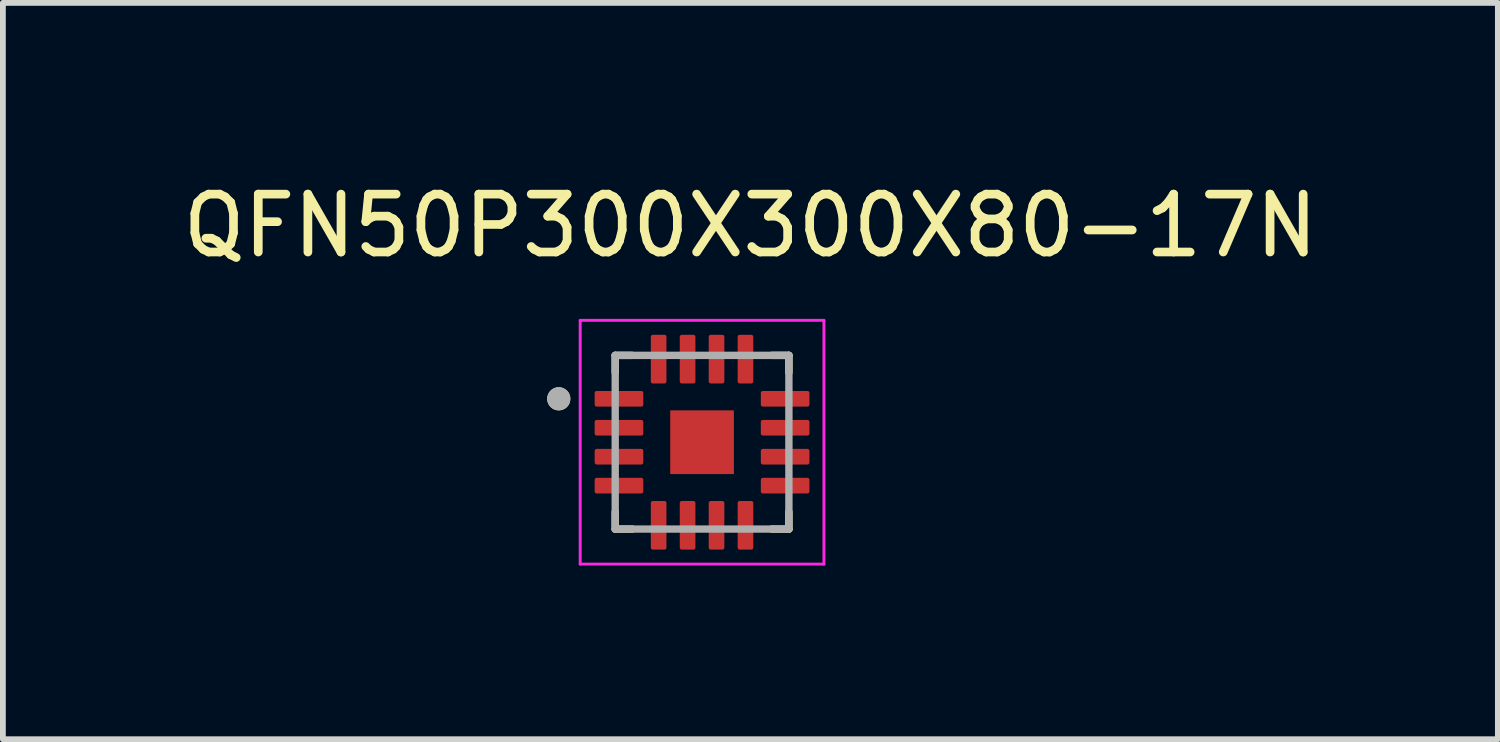
<source format=kicad_pcb>
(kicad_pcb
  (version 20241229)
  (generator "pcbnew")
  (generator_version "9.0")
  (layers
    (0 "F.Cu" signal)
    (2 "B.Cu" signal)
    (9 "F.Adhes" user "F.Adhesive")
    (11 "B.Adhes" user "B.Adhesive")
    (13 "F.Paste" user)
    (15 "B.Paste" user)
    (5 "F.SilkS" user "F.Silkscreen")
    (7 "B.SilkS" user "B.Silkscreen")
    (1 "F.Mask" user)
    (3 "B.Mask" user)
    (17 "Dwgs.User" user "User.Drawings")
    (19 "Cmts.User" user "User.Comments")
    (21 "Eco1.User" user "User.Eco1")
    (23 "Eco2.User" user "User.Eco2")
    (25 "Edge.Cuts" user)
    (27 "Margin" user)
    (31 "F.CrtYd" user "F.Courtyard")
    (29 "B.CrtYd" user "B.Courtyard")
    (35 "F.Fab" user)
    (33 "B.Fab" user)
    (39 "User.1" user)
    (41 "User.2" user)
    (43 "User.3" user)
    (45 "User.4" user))
  (footprint "QFN50P300X300X80-17N"
    (layer "F.Cu")
    (at 9.076 4.588)
    (property "Reference" "QFN50P300X300X80-17N" (at 0.835 -3.74 0) (layer "F.SilkS") (effects (font (size 1 1) (thickness 0.15))))
    (attr smd)
    (fp_line (start -1.5 -1.5) (end -1.5 -1.205) (stroke (width 0.127) (type solid)) (layer "F.SilkS"))
    (fp_line (start -1.5 -1.5) (end -1.205 -1.5) (stroke (width 0.127) (type solid)) (layer "F.SilkS"))
    (fp_line (start -1.5 1.5) (end -1.5 1.205) (stroke (width 0.127) (type solid)) (layer "F.SilkS"))
    (fp_line (start -1.5 1.5) (end -1.205 1.5) (stroke (width 0.127) (type solid)) (layer "F.SilkS"))
    (fp_line (start 1.5 -1.5) (end 1.205 -1.5) (stroke (width 0.127) (type solid)) (layer "F.SilkS"))
    (fp_line (start 1.5 -1.5) (end 1.5 -1.205) (stroke (width 0.127) (type solid)) (layer "F.SilkS"))
    (fp_line (start 1.5 1.5) (end 1.205 1.5) (stroke (width 0.127) (type solid)) (layer "F.SilkS"))
    (fp_line (start 1.5 1.5) (end 1.5 1.205) (stroke (width 0.127) (type solid)) (layer "F.SilkS"))
    (fp_circle (center -2.475 -0.75) (end -2.375 -0.75) (stroke (width 0.2) (type solid)) (fill no) (layer "F.SilkS"))
    (fp_poly (pts (xy -0.35 -0.35) (xy 0.35 -0.35) (xy 0.35 0.35) (xy -0.35 0.35)) (stroke (width 0.01) (type solid)) (fill yes) (layer "F.Paste"))
    (fp_line (start -2.105 -2.105) (end 2.105 -2.105) (stroke (width 0.05) (type solid)) (layer "F.CrtYd"))
    (fp_line (start -2.105 2.105) (end -2.105 -2.105) (stroke (width 0.05) (type solid)) (layer "F.CrtYd"))
    (fp_line (start -2.105 2.105) (end 2.105 2.105) (stroke (width 0.05) (type solid)) (layer "F.CrtYd"))
    (fp_line (start 2.105 2.105) (end 2.105 -2.105) (stroke (width 0.05) (type solid)) (layer "F.CrtYd"))
    (fp_line (start -1.5 1.5) (end -1.5 -1.5) (stroke (width 0.127) (type solid)) (layer "F.Fab"))
    (fp_line (start 1.5 -1.5) (end -1.5 -1.5) (stroke (width 0.127) (type solid)) (layer "F.Fab"))
    (fp_line (start 1.5 1.5) (end -1.5 1.5) (stroke (width 0.127) (type solid)) (layer "F.Fab"))
    (fp_line (start 1.5 1.5) (end 1.5 -1.5) (stroke (width 0.127) (type solid)) (layer "F.Fab"))
    (fp_circle (center -2.475 -0.75) (end -2.375 -0.75) (stroke (width 0.2) (type solid)) (fill no) (layer "F.Fab"))
    (pad "1" smd roundrect (at -1.435 -0.75) (size 0.84 0.27) (layers "F.Cu" "F.Mask" "F.Paste") (roundrect_rratio 0.125))
    (pad "2" smd roundrect (at -1.435 -0.25) (size 0.84 0.27) (layers "F.Cu" "F.Mask" "F.Paste") (roundrect_rratio 0.125))
    (pad "3" smd roundrect (at -1.435 0.25) (size 0.84 0.27) (layers "F.Cu" "F.Mask" "F.Paste") (roundrect_rratio 0.125))
    (pad "4" smd roundrect (at -1.435 0.75) (size 0.84 0.27) (layers "F.Cu" "F.Mask" "F.Paste") (roundrect_rratio 0.125))
    (pad "5" smd roundrect (at -0.75 1.435 90) (size 0.84 0.27) (layers "F.Cu" "F.Mask" "F.Paste") (roundrect_rratio 0.125))
    (pad "6" smd roundrect (at -0.25 1.435 90) (size 0.84 0.27) (layers "F.Cu" "F.Mask" "F.Paste") (roundrect_rratio 0.125))
    (pad "7" smd roundrect (at 0.25 1.435 90) (size 0.84 0.27) (layers "F.Cu" "F.Mask" "F.Paste") (roundrect_rratio 0.125))
    (pad "8" smd roundrect (at 0.75 1.435 90) (size 0.84 0.27) (layers "F.Cu" "F.Mask" "F.Paste") (roundrect_rratio 0.125))
    (pad "9" smd roundrect (at 1.435 0.75) (size 0.84 0.27) (layers "F.Cu" "F.Mask" "F.Paste") (roundrect_rratio 0.125))
    (pad "10" smd roundrect (at 1.435 0.25) (size 0.84 0.27) (layers "F.Cu" "F.Mask" "F.Paste") (roundrect_rratio 0.125))
    (pad "11" smd roundrect (at 1.435 -0.25) (size 0.84 0.27) (layers "F.Cu" "F.Mask" "F.Paste") (roundrect_rratio 0.125))
    (pad "12" smd roundrect (at 1.435 -0.75) (size 0.84 0.27) (layers "F.Cu" "F.Mask" "F.Paste") (roundrect_rratio 0.125))
    (pad "13" smd roundrect (at 0.75 -1.435 90) (size 0.84 0.27) (layers "F.Cu" "F.Mask" "F.Paste") (roundrect_rratio 0.125))
    (pad "14" smd roundrect (at 0.25 -1.435 90) (size 0.84 0.27) (layers "F.Cu" "F.Mask" "F.Paste") (roundrect_rratio 0.125))
    (pad "15" smd roundrect (at -0.25 -1.435 90) (size 0.84 0.27) (layers "F.Cu" "F.Mask" "F.Paste") (roundrect_rratio 0.125))
    (pad "16" smd roundrect (at -0.75 -1.435 90) (size 0.84 0.27) (layers "F.Cu" "F.Mask" "F.Paste") (roundrect_rratio 0.125))
    (pad "17" smd rect (at 0 0) (size 1.1 1.1) (layers "F.Cu" "F.Mask")))
  (gr_rect
    (start -3 -3)
    (end 22.821 9.718)
    (stroke (width 0.1) (type default))
    (fill no)
    (layer "Edge.Cuts")))
</source>
